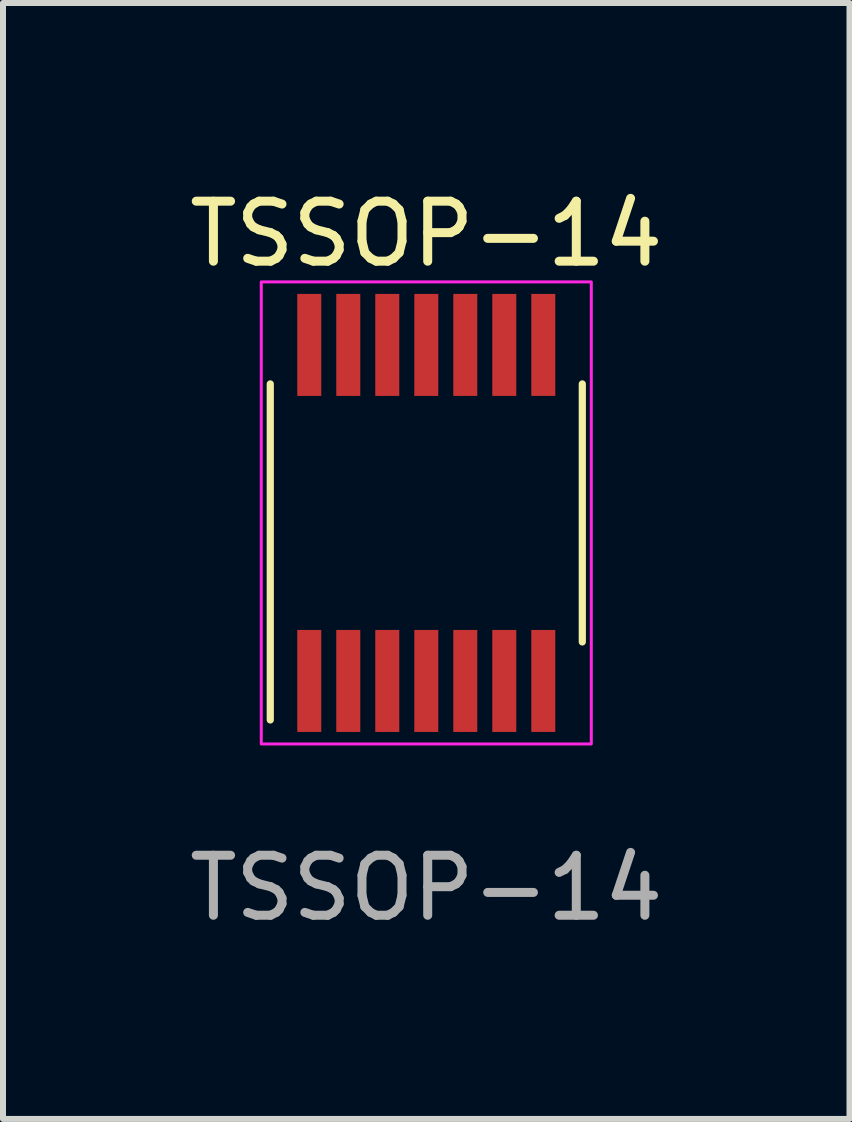
<source format=kicad_pcb>
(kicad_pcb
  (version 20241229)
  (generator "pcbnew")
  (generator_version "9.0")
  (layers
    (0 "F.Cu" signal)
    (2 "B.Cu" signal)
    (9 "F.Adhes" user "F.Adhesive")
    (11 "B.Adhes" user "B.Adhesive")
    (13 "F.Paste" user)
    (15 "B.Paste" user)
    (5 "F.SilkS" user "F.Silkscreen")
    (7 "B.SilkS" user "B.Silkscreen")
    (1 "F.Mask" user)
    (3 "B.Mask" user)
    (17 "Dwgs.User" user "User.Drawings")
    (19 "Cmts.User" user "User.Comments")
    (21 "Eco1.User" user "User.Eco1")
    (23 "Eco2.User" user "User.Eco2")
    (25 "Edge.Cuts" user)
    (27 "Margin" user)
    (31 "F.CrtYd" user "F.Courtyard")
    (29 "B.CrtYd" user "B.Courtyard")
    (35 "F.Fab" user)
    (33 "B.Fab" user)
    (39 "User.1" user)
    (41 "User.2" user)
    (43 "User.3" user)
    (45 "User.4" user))
  (footprint "TSSOP-14"
    (layer "F.Cu")
    (at 4.054 5.498)
    (property "Reference" "TSSOP-14" (at 0 -4.65 0) (unlocked yes) (layer "F.SilkS") (effects (font (size 1 1) (thickness 0.15))))
    (attr smd)
    (fp_line (start -2.6 -2.15) (end -2.6 3.45) (stroke (width 0.12) (type default)) (layer "F.SilkS"))
    (fp_line (start 2.6 -2.15) (end 2.6 2.15) (stroke (width 0.12) (type default)) (layer "F.SilkS"))
    (fp_rect (start -2.75 -3.85) (end 2.75 3.85) (stroke (width 0.05) (type default)) (fill no) (layer "F.CrtYd"))
    (fp_text user "${REFERENCE}" (at 0 6.25 0) (unlocked yes) (layer "F.Fab") (effects (font (size 1 1) (thickness 0.15))))
    (pad "1" smd rect (at -1.95 2.8) (size 0.4 1.7) (layers "F.Cu" "F.Mask" "F.Paste"))
    (pad "2" smd rect (at -1.3 2.8) (size 0.4 1.7) (layers "F.Cu" "F.Mask" "F.Paste"))
    (pad "3" smd rect (at -0.65 2.8) (size 0.4 1.7) (layers "F.Cu" "F.Mask" "F.Paste"))
    (pad "4" smd rect (at 0 2.8) (size 0.4 1.7) (layers "F.Cu" "F.Mask" "F.Paste"))
    (pad "5" smd rect (at 0.65 2.8) (size 0.4 1.7) (layers "F.Cu" "F.Mask" "F.Paste"))
    (pad "6" smd rect (at 1.3 2.8) (size 0.4 1.7) (layers "F.Cu" "F.Mask" "F.Paste"))
    (pad "7" smd rect (at 1.95 2.8) (size 0.4 1.7) (layers "F.Cu" "F.Mask" "F.Paste"))
    (pad "8" smd rect (at 1.95 -2.8) (size 0.4 1.7) (layers "F.Cu" "F.Mask" "F.Paste"))
    (pad "9" smd rect (at 1.3 -2.8) (size 0.4 1.7) (layers "F.Cu" "F.Mask" "F.Paste"))
    (pad "10" smd rect (at 0.65 -2.8) (size 0.4 1.7) (layers "F.Cu" "F.Mask" "F.Paste"))
    (pad "11" smd rect (at 0 -2.8) (size 0.4 1.7) (layers "F.Cu" "F.Mask" "F.Paste"))
    (pad "12" smd rect (at -0.65 -2.8) (size 0.4 1.7) (layers "F.Cu" "F.Mask" "F.Paste"))
    (pad "13" smd rect (at -1.3 -2.8) (size 0.4 1.7) (layers "F.Cu" "F.Mask" "F.Paste"))
    (pad "14" smd rect (at -1.95 -2.8) (size 0.4 1.7) (layers "F.Cu" "F.Mask" "F.Paste")))
  (gr_rect
    (start -3 -3)
    (end 11.107 15.597)
    (stroke (width 0.1) (type default))
    (fill no)
    (layer "Edge.Cuts")))
</source>
